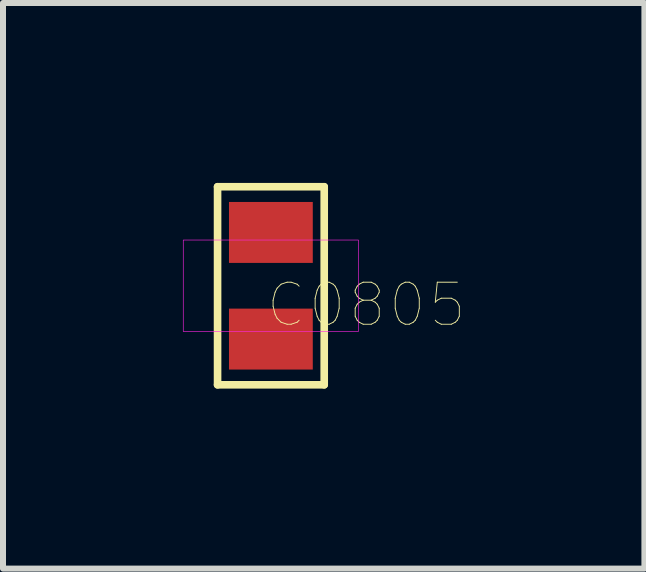
<source format=kicad_pcb>
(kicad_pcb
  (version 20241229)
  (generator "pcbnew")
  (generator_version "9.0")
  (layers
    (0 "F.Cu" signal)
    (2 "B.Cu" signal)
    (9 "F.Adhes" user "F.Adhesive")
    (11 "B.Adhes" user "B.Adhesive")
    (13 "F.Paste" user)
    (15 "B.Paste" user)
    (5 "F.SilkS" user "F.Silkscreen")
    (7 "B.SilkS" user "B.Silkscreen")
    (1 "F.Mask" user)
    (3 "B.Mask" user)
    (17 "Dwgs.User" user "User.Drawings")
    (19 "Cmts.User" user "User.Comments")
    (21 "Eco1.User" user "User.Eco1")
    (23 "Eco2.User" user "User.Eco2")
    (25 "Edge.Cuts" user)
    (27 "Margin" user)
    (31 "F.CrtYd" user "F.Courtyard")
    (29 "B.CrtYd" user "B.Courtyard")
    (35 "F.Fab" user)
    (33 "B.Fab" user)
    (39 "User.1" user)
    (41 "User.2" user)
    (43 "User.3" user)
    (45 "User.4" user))
  (footprint "C0805"
    (layer "F.Cu")
    (at 1.466 1.714)
    (property "Reference" "C0805" (at 1.589 0.318 180) (layer "F.SilkS") (effects (font (size 0.701 0.701) (thickness 0.015))))
    (attr through_hole)
    (fp_line (start -0.889 -1.651) (end 0.889 -1.651) (stroke (width 0.127) (type solid)) (layer "F.SilkS"))
    (fp_line (start -0.889 1.651) (end -0.889 -1.651) (stroke (width 0.127) (type solid)) (layer "F.SilkS"))
    (fp_line (start 0.889 -1.651) (end 0.889 1.651) (stroke (width 0.127) (type solid)) (layer "F.SilkS"))
    (fp_line (start 0.889 1.651) (end -0.889 1.651) (stroke (width 0.127) (type solid)) (layer "F.SilkS"))
    (fp_poly (pts (xy -1.461 -0.762) (xy 1.46 -0.762) (xy 1.46 0.762) (xy -1.461 0.762)) (stroke (width 0.01) (type solid)) (fill no) (layer "F.CrtYd"))
    (pad "1" smd rect (at 0 -0.889) (size 1.397 1.016) (layers "F.Cu" "F.Mask" "F.Paste"))
    (pad "2" smd rect (at 0 0.889) (size 1.397 1.016) (layers "F.Cu" "F.Mask" "F.Paste")))
  (gr_rect
    (start -3 -3)
    (end 7.693 6.429)
    (stroke (width 0.1) (type default))
    (fill no)
    (layer "Edge.Cuts")))
</source>
